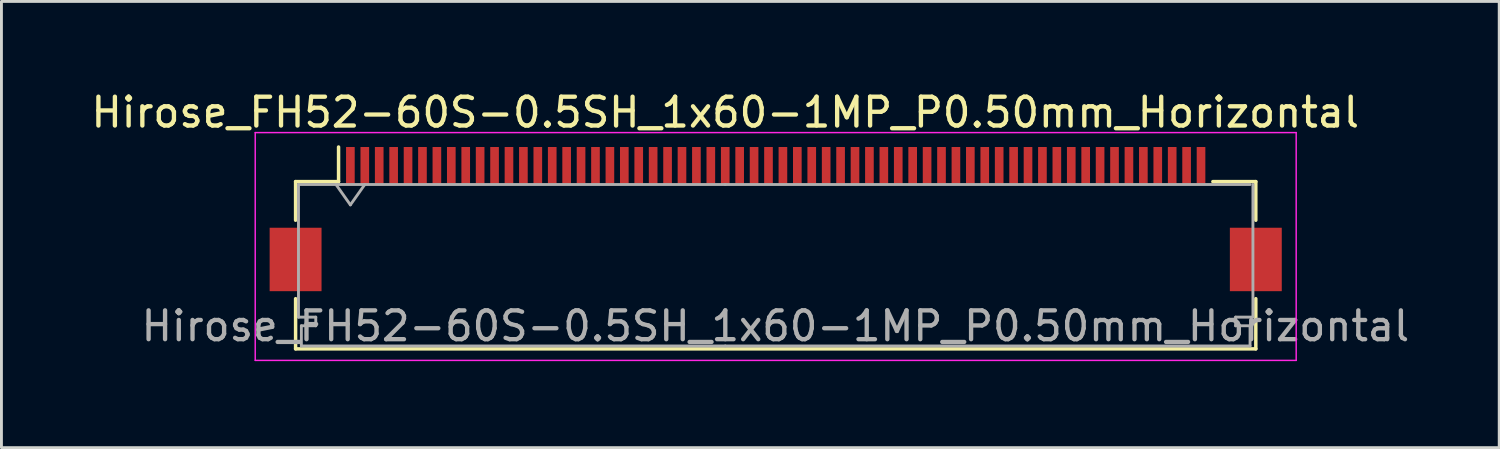
<source format=kicad_pcb>
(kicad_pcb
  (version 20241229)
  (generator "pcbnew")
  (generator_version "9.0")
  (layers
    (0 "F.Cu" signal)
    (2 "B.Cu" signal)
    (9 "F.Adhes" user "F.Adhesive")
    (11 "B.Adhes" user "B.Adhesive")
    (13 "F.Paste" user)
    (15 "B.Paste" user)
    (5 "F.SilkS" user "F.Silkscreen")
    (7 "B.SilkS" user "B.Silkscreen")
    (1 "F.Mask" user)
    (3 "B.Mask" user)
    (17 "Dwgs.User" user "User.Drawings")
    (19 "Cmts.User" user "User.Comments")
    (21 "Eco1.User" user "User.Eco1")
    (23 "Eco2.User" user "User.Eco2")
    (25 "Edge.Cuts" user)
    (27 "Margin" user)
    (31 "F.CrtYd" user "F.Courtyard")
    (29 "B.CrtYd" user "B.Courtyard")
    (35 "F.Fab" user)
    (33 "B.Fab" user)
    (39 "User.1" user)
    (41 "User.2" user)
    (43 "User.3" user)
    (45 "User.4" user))
  (footprint "Hirose_FH52-60S-0.5SH_1x60-1MP_P0.50mm_Horizontal"
    (layer "F.Cu")
    (at 23.851 4.548)
    (property "Reference" "Hirose_FH52-60S-0.5SH_1x60-1MP_P0.50mm_Horizontal" (at -1.75 -3.7 0) (layer "F.SilkS") (effects (font (size 1 1) (thickness 0.15))))
    (attr smd)
    (fp_line (start -16.65 -1.3) (end -16.65 0.04) (stroke (width 0.12) (type solid)) (layer "F.SilkS"))
    (fp_line (start -16.65 2.76) (end -16.65 4.5) (stroke (width 0.12) (type solid)) (layer "F.SilkS"))
    (fp_line (start -16.65 4.5) (end 16.65 4.5) (stroke (width 0.12) (type solid)) (layer "F.SilkS"))
    (fp_line (start -15.16 -1.3) (end -16.65 -1.3) (stroke (width 0.12) (type solid)) (layer "F.SilkS"))
    (fp_line (start -15.16 -1.3) (end -15.16 -2.5) (stroke (width 0.12) (type solid)) (layer "F.SilkS"))
    (fp_line (start 15.16 -1.3) (end 16.65 -1.3) (stroke (width 0.12) (type solid)) (layer "F.SilkS"))
    (fp_line (start 16.65 -1.3) (end 16.65 0.04) (stroke (width 0.12) (type solid)) (layer "F.SilkS"))
    (fp_line (start 16.65 4.5) (end 16.65 2.76) (stroke (width 0.12) (type solid)) (layer "F.SilkS"))
    (fp_line (start -18.05 -3) (end -18.05 4.9) (stroke (width 0.05) (type solid)) (layer "F.CrtYd"))
    (fp_line (start -18.05 4.9) (end 18.05 4.9) (stroke (width 0.05) (type solid)) (layer "F.CrtYd"))
    (fp_line (start 18.05 -3) (end -18.05 -3) (stroke (width 0.05) (type solid)) (layer "F.CrtYd"))
    (fp_line (start 18.05 4.9) (end 18.05 -3) (stroke (width 0.05) (type solid)) (layer "F.CrtYd"))
    (fp_line (start -16.55 -1.2) (end -16.55 3.4) (stroke (width 0.1) (type solid)) (layer "F.Fab"))
    (fp_line (start -16.55 3.4) (end -15.95 3.4) (stroke (width 0.1) (type solid)) (layer "F.Fab"))
    (fp_line (start -16.45 3.7) (end -16.45 4.4) (stroke (width 0.1) (type solid)) (layer "F.Fab"))
    (fp_line (start -16.45 4.4) (end -1.75 4.4) (stroke (width 0.1) (type solid)) (layer "F.Fab"))
    (fp_line (start -15.95 3.4) (end -15.95 3.7) (stroke (width 0.1) (type solid)) (layer "F.Fab"))
    (fp_line (start -15.95 3.7) (end -16.45 3.7) (stroke (width 0.1) (type solid)) (layer "F.Fab"))
    (fp_line (start -15.25 -1.2) (end -14.75 -0.493) (stroke (width 0.1) (type solid)) (layer "F.Fab"))
    (fp_line (start -14.75 -0.493) (end -14.25 -1.2) (stroke (width 0.1) (type solid)) (layer "F.Fab"))
    (fp_line (start -1.75 -1.2) (end -16.55 -1.2) (stroke (width 0.1) (type solid)) (layer "F.Fab"))
    (fp_line (start -1.75 -1.2) (end 16.45 -1.2) (stroke (width 0.1) (type solid)) (layer "F.Fab"))
    (fp_line (start 15.95 3.4) (end 15.95 3.7) (stroke (width 0.1) (type solid)) (layer "F.Fab"))
    (fp_line (start 15.95 3.7) (end 16.45 3.7) (stroke (width 0.1) (type solid)) (layer "F.Fab"))
    (fp_line (start 16.45 3.7) (end 16.45 4.4) (stroke (width 0.1) (type solid)) (layer "F.Fab"))
    (fp_line (start 16.45 4.4) (end -1.75 4.4) (stroke (width 0.1) (type solid)) (layer "F.Fab"))
    (fp_line (start 16.55 -1.2) (end 16.55 3.4) (stroke (width 0.1) (type solid)) (layer "F.Fab"))
    (fp_line (start 16.55 3.4) (end 15.95 3.4) (stroke (width 0.1) (type solid)) (layer "F.Fab"))
    (fp_text user "${REFERENCE}" (at -0.01 3.71 0) (layer "F.Fab") (effects (font (size 1 1) (thickness 0.15))))
    (pad "1" smd rect (at -14.75 -1.85) (size 0.3 1.3) (layers "F.Cu" "F.Mask" "F.Paste"))
    (pad "2" smd rect (at -14.25 -1.85) (size 0.3 1.3) (layers "F.Cu" "F.Mask" "F.Paste"))
    (pad "3" smd rect (at -13.75 -1.85) (size 0.3 1.3) (layers "F.Cu" "F.Mask" "F.Paste"))
    (pad "4" smd rect (at -13.25 -1.85) (size 0.3 1.3) (layers "F.Cu" "F.Mask" "F.Paste"))
    (pad "5" smd rect (at -12.75 -1.85) (size 0.3 1.3) (layers "F.Cu" "F.Mask" "F.Paste"))
    (pad "6" smd rect (at -12.25 -1.85) (size 0.3 1.3) (layers "F.Cu" "F.Mask" "F.Paste"))
    (pad "7" smd rect (at -11.75 -1.85) (size 0.3 1.3) (layers "F.Cu" "F.Mask" "F.Paste"))
    (pad "8" smd rect (at -11.25 -1.85) (size 0.3 1.3) (layers "F.Cu" "F.Mask" "F.Paste"))
    (pad "9" smd rect (at -10.75 -1.85) (size 0.3 1.3) (layers "F.Cu" "F.Mask" "F.Paste"))
    (pad "10" smd rect (at -10.25 -1.85) (size 0.3 1.3) (layers "F.Cu" "F.Mask" "F.Paste"))
    (pad "11" smd rect (at -9.75 -1.85) (size 0.3 1.3) (layers "F.Cu" "F.Mask" "F.Paste"))
    (pad "12" smd rect (at -9.25 -1.85) (size 0.3 1.3) (layers "F.Cu" "F.Mask" "F.Paste"))
    (pad "13" smd rect (at -8.75 -1.85) (size 0.3 1.3) (layers "F.Cu" "F.Mask" "F.Paste"))
    (pad "14" smd rect (at -8.25 -1.85) (size 0.3 1.3) (layers "F.Cu" "F.Mask" "F.Paste"))
    (pad "15" smd rect (at -7.75 -1.85) (size 0.3 1.3) (layers "F.Cu" "F.Mask" "F.Paste"))
    (pad "16" smd rect (at -7.25 -1.85) (size 0.3 1.3) (layers "F.Cu" "F.Mask" "F.Paste"))
    (pad "17" smd rect (at -6.75 -1.85) (size 0.3 1.3) (layers "F.Cu" "F.Mask" "F.Paste"))
    (pad "18" smd rect (at -6.25 -1.85) (size 0.3 1.3) (layers "F.Cu" "F.Mask" "F.Paste"))
    (pad "19" smd rect (at -5.75 -1.85) (size 0.3 1.3) (layers "F.Cu" "F.Mask" "F.Paste"))
    (pad "20" smd rect (at -5.25 -1.85) (size 0.3 1.3) (layers "F.Cu" "F.Mask" "F.Paste"))
    (pad "21" smd rect (at -4.75 -1.85) (size 0.3 1.3) (layers "F.Cu" "F.Mask" "F.Paste"))
    (pad "22" smd rect (at -4.25 -1.85) (size 0.3 1.3) (layers "F.Cu" "F.Mask" "F.Paste"))
    (pad "23" smd rect (at -3.75 -1.85) (size 0.3 1.3) (layers "F.Cu" "F.Mask" "F.Paste"))
    (pad "24" smd rect (at -3.25 -1.85) (size 0.3 1.3) (layers "F.Cu" "F.Mask" "F.Paste"))
    (pad "25" smd rect (at -2.75 -1.85) (size 0.3 1.3) (layers "F.Cu" "F.Mask" "F.Paste"))
    (pad "26" smd rect (at -2.25 -1.85) (size 0.3 1.3) (layers "F.Cu" "F.Mask" "F.Paste"))
    (pad "27" smd rect (at -1.75 -1.85) (size 0.3 1.3) (layers "F.Cu" "F.Mask" "F.Paste"))
    (pad "28" smd rect (at -1.25 -1.85) (size 0.3 1.3) (layers "F.Cu" "F.Mask" "F.Paste"))
    (pad "29" smd rect (at -0.75 -1.85) (size 0.3 1.3) (layers "F.Cu" "F.Mask" "F.Paste"))
    (pad "30" smd rect (at -0.25 -1.85) (size 0.3 1.3) (layers "F.Cu" "F.Mask" "F.Paste"))
    (pad "31" smd rect (at 0.25 -1.85) (size 0.3 1.3) (layers "F.Cu" "F.Mask" "F.Paste"))
    (pad "32" smd rect (at 0.75 -1.85) (size 0.3 1.3) (layers "F.Cu" "F.Mask" "F.Paste"))
    (pad "33" smd rect (at 1.25 -1.85) (size 0.3 1.3) (layers "F.Cu" "F.Mask" "F.Paste"))
    (pad "34" smd rect (at 1.75 -1.85) (size 0.3 1.3) (layers "F.Cu" "F.Mask" "F.Paste"))
    (pad "35" smd rect (at 2.25 -1.85) (size 0.3 1.3) (layers "F.Cu" "F.Mask" "F.Paste"))
    (pad "36" smd rect (at 2.75 -1.85) (size 0.3 1.3) (layers "F.Cu" "F.Mask" "F.Paste"))
    (pad "37" smd rect (at 3.25 -1.85) (size 0.3 1.3) (layers "F.Cu" "F.Mask" "F.Paste"))
    (pad "38" smd rect (at 3.75 -1.85) (size 0.3 1.3) (layers "F.Cu" "F.Mask" "F.Paste"))
    (pad "39" smd rect (at 4.25 -1.85) (size 0.3 1.3) (layers "F.Cu" "F.Mask" "F.Paste"))
    (pad "40" smd rect (at 4.75 -1.85) (size 0.3 1.3) (layers "F.Cu" "F.Mask" "F.Paste"))
    (pad "41" smd rect (at 5.25 -1.85) (size 0.3 1.3) (layers "F.Cu" "F.Mask" "F.Paste"))
    (pad "42" smd rect (at 5.75 -1.85) (size 0.3 1.3) (layers "F.Cu" "F.Mask" "F.Paste"))
    (pad "43" smd rect (at 6.25 -1.85) (size 0.3 1.3) (layers "F.Cu" "F.Mask" "F.Paste"))
    (pad "44" smd rect (at 6.75 -1.85) (size 0.3 1.3) (layers "F.Cu" "F.Mask" "F.Paste"))
    (pad "45" smd rect (at 7.25 -1.85) (size 0.3 1.3) (layers "F.Cu" "F.Mask" "F.Paste"))
    (pad "46" smd rect (at 7.75 -1.85) (size 0.3 1.3) (layers "F.Cu" "F.Mask" "F.Paste"))
    (pad "47" smd rect (at 8.25 -1.85) (size 0.3 1.3) (layers "F.Cu" "F.Mask" "F.Paste"))
    (pad "48" smd rect (at 8.75 -1.85) (size 0.3 1.3) (layers "F.Cu" "F.Mask" "F.Paste"))
    (pad "49" smd rect (at 9.25 -1.85) (size 0.3 1.3) (layers "F.Cu" "F.Mask" "F.Paste"))
    (pad "50" smd rect (at 9.75 -1.85) (size 0.3 1.3) (layers "F.Cu" "F.Mask" "F.Paste"))
    (pad "51" smd rect (at 10.25 -1.85) (size 0.3 1.3) (layers "F.Cu" "F.Mask" "F.Paste"))
    (pad "52" smd rect (at 10.75 -1.85) (size 0.3 1.3) (layers "F.Cu" "F.Mask" "F.Paste"))
    (pad "53" smd rect (at 11.25 -1.85) (size 0.3 1.3) (layers "F.Cu" "F.Mask" "F.Paste"))
    (pad "54" smd rect (at 11.75 -1.85) (size 0.3 1.3) (layers "F.Cu" "F.Mask" "F.Paste"))
    (pad "55" smd rect (at 12.25 -1.85) (size 0.3 1.3) (layers "F.Cu" "F.Mask" "F.Paste"))
    (pad "56" smd rect (at 12.75 -1.85) (size 0.3 1.3) (layers "F.Cu" "F.Mask" "F.Paste"))
    (pad "57" smd rect (at 13.25 -1.85) (size 0.3 1.3) (layers "F.Cu" "F.Mask" "F.Paste"))
    (pad "58" smd rect (at 13.75 -1.85) (size 0.3 1.3) (layers "F.Cu" "F.Mask" "F.Paste"))
    (pad "59" smd rect (at 14.25 -1.85) (size 0.3 1.3) (layers "F.Cu" "F.Mask" "F.Paste"))
    (pad "60" smd rect (at 14.75 -1.85) (size 0.3 1.3) (layers "F.Cu" "F.Mask" "F.Paste"))
    (pad "MP" smd rect (at -16.65 1.4) (size 1.8 2.2) (layers "F.Cu" "F.Mask" "F.Paste"))
    (pad "MP" smd rect (at 16.65 1.4) (size 1.8 2.2) (layers "F.Cu" "F.Mask" "F.Paste")))
  (gr_rect
    (start -3 -3)
    (end 48.942 12.473)
    (stroke (width 0.1) (type default))
    (fill no)
    (layer "Edge.Cuts")))
</source>
